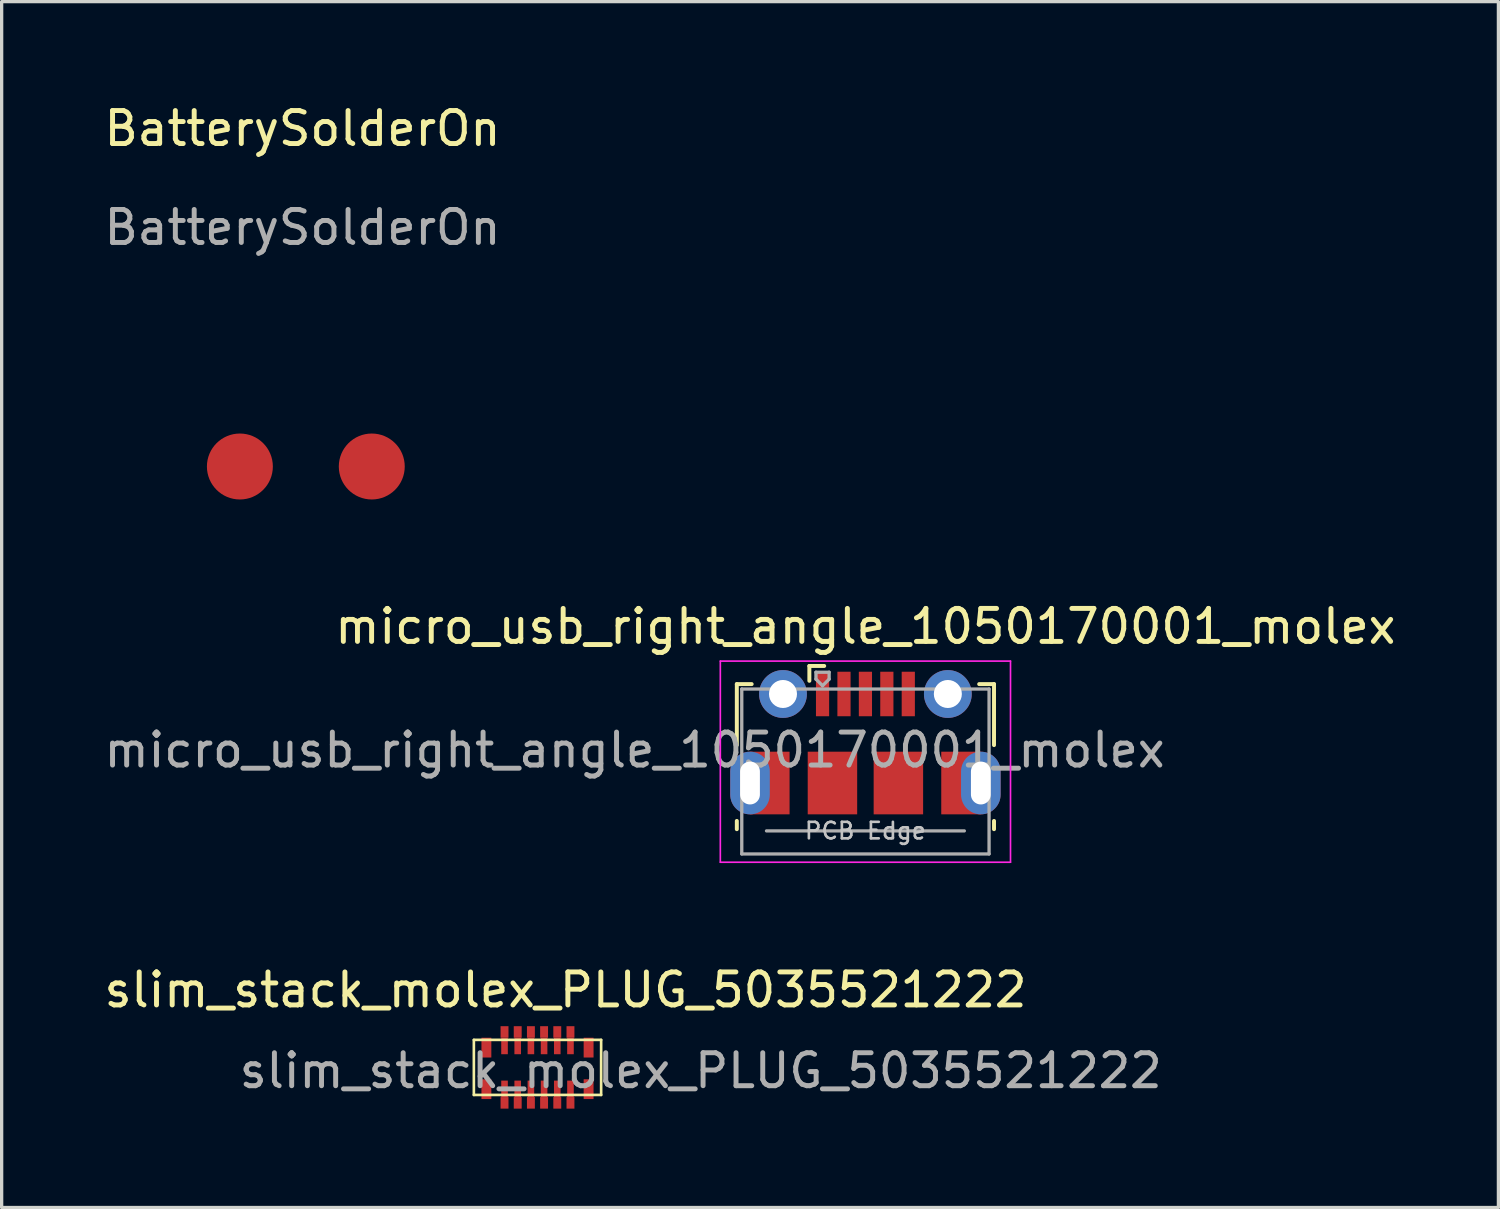
<source format=kicad_pcb>
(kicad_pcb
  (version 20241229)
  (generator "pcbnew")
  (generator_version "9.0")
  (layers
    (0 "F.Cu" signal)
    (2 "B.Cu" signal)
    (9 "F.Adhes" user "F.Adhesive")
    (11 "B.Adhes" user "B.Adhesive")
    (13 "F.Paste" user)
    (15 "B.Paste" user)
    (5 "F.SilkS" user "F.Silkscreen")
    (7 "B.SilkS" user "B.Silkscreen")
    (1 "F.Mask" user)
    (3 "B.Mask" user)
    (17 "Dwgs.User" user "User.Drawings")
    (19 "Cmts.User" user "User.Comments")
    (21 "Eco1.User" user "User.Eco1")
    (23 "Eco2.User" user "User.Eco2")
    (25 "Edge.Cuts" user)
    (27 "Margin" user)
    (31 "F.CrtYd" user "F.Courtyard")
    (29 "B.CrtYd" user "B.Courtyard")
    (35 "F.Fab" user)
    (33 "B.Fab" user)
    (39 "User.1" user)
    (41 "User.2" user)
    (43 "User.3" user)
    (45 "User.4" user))
  (footprint "BatterySolderOn"
    (layer "F.Cu")
    (at 6.225 11.098)
    (property "Reference" "BatterySolderOn" (at -0.1 -10.25 0) (unlocked yes) (layer "F.SilkS") (effects (font (size 1 1) (thickness 0.15))))
    (attr smd)
    (fp_text user "${REFERENCE}" (at -0.1 -7.25 0) (unlocked yes) (layer "F.Fab") (effects (font (size 1 1) (thickness 0.15))))
    (pad "1" smd circle (at -2 0) (size 2 2) (layers "F.Cu" "F.Mask"))
    (pad "2" smd circle (at 2 0) (size 2 2) (layers "F.Cu" "F.Mask")))
  (footprint "micro_usb_right_angle_1050170001_molex"
    (layer "F.Cu")
    (at 23.196 19.697)
    (property "Reference" "micro_usb_right_angle_1050170001_molex" (at 0 -3.75 0) (unlocked yes) (layer "F.SilkS") (effects (font (size 1 1) (thickness 0.15))))
    (attr smd)
    (fp_line (start -3.9 -2) (end -3.45 -2) (stroke (width 0.12) (type solid)) (layer "F.SilkS"))
    (fp_line (start -3.9 -0.15) (end -3.9 -2) (stroke (width 0.12) (type solid)) (layer "F.SilkS"))
    (fp_line (start -3.9 2.4) (end -3.9 2.15) (stroke (width 0.12) (type solid)) (layer "F.SilkS"))
    (fp_line (start -1.7 -2.55) (end -1.7 -2.1) (stroke (width 0.12) (type solid)) (layer "F.SilkS"))
    (fp_line (start -1.7 -2.55) (end -1.25 -2.55) (stroke (width 0.12) (type solid)) (layer "F.SilkS"))
    (fp_line (start 3.9 -2) (end 3.45 -2) (stroke (width 0.12) (type solid)) (layer "F.SilkS"))
    (fp_line (start 3.9 -0.15) (end 3.9 -2) (stroke (width 0.12) (type solid)) (layer "F.SilkS"))
    (fp_line (start 3.9 2.4) (end 3.9 2.15) (stroke (width 0.12) (type solid)) (layer "F.SilkS"))
    (fp_line (start -4.4 -2.697) (end 4.4 -2.697) (stroke (width 0.05) (type solid)) (layer "F.CrtYd"))
    (fp_line (start -4.4 3.402) (end -4.4 -2.697) (stroke (width 0.05) (type solid)) (layer "F.CrtYd"))
    (fp_line (start -4.4 3.402) (end 4.4 3.402) (stroke (width 0.05) (type solid)) (layer "F.CrtYd"))
    (fp_line (start 4.4 -2.697) (end 4.4 3.402) (stroke (width 0.05) (type solid)) (layer "F.CrtYd"))
    (fp_line (start -3.75 -1.85) (end 3.75 -1.85) (stroke (width 0.1) (type solid)) (layer "F.Fab"))
    (fp_line (start -3.75 3.15) (end -3.75 -1.85) (stroke (width 0.1) (type solid)) (layer "F.Fab"))
    (fp_line (start -3.75 3.152) (end 3.75 3.152) (stroke (width 0.1) (type solid)) (layer "F.Fab"))
    (fp_line (start -3 2.452) (end 3 2.452) (stroke (width 0.1) (type solid)) (layer "F.Fab"))
    (fp_line (start -1.5 -2.36) (end -1.5 -2.15) (stroke (width 0.1) (type solid)) (layer "F.Fab"))
    (fp_line (start -1.5 -2.36) (end -1.1 -2.36) (stroke (width 0.1) (type solid)) (layer "F.Fab"))
    (fp_line (start -1.3 -1.95) (end -1.5 -2.15) (stroke (width 0.1) (type solid)) (layer "F.Fab"))
    (fp_line (start -1.1 -2.36) (end -1.1 -2.15) (stroke (width 0.1) (type solid)) (layer "F.Fab"))
    (fp_line (start -1.1 -2.15) (end -1.3 -1.95) (stroke (width 0.1) (type solid)) (layer "F.Fab"))
    (fp_line (start 3.75 3.15) (end 3.75 -1.85) (stroke (width 0.1) (type solid)) (layer "F.Fab"))
    (fp_text user "PCB Edge" (at 0 2.45 0) (layer "Dwgs.User") (effects (font (size 0.5 0.5) (thickness 0.08))))
    (fp_text user "${REFERENCE}" (at -7 0 0) (unlocked yes) (layer "F.Fab") (effects (font (size 1 1) (thickness 0.15))))
    (pad "1" smd rect (at -1.3 -1.7) (size 0.4 1.35) (layers "F.Cu" "F.Mask" "F.Paste"))
    (pad "2" smd rect (at -0.65 -1.7) (size 0.4 1.35) (layers "F.Cu" "F.Mask" "F.Paste"))
    (pad "3" smd rect (at 0 -1.7) (size 0.4 1.35) (layers "F.Cu" "F.Mask" "F.Paste"))
    (pad "4" smd rect (at 0.65 -1.7) (size 0.4 1.35) (layers "F.Cu" "F.Mask" "F.Paste"))
    (pad "5" smd rect (at 1.3 -1.7) (size 0.4 1.35) (layers "F.Cu" "F.Mask" "F.Paste"))
    (pad "6" thru_hole oval (at -3.5 1 180) (size 1.2 1.9) (drill oval 0.6 1.3) (layers "*.Cu" "*.Mask"))
    (pad "6" smd rect (at -2.9 1) (size 1.2 1.9) (layers "F.Cu" "F.Mask"))
    (pad "6" thru_hole circle (at -2.5 -1.7) (size 1.45 1.45) (drill 0.85) (layers "*.Cu" "*.Mask"))
    (pad "6" smd rect (at -1 1) (size 1.5 1.9) (layers "F.Cu" "F.Mask" "F.Paste"))
    (pad "6" smd rect (at 1 1) (size 1.5 1.9) (layers "F.Cu" "F.Mask" "F.Paste"))
    (pad "6" thru_hole circle (at 2.5 -1.7) (size 1.45 1.45) (drill 0.85) (layers "*.Cu" "*.Mask"))
    (pad "6" smd rect (at 2.9 1) (size 1.2 1.9) (layers "F.Cu" "F.Mask"))
    (pad "6" thru_hole oval (at 3.5 1) (size 1.2 1.9) (drill oval 0.6 1.3) (layers "*.Cu" "*.Mask")))
  (footprint "slim_stack_molex_PLUG_5035521222"
    (layer "F.Cu")
    (at 13.251 29.322)
    (property "Reference" "slim_stack_molex_PLUG_5035521222" (at 0.85 -2.35 0) (unlocked yes) (layer "F.SilkS") (effects (font (size 1 1) (thickness 0.15))))
    (attr smd)
    (fp_line (start -1.93 -0.835) (end -1.93 0.835) (stroke (width 0.08) (type solid)) (layer "F.SilkS"))
    (fp_line (start -1.93 0.835) (end 1.93 0.835) (stroke (width 0.08) (type solid)) (layer "F.SilkS"))
    (fp_line (start 1.93 -0.835) (end -1.93 -0.835) (stroke (width 0.08) (type solid)) (layer "F.SilkS"))
    (fp_line (start 1.93 0.835) (end 1.93 -0.835) (stroke (width 0.08) (type solid)) (layer "F.SilkS"))
    (fp_text user "${REFERENCE}" (at 4.95 0.1 0) (unlocked yes) (layer "F.Fab") (effects (font (size 1 1) (thickness 0.15))))
    (pad "1" smd rect (at -1 -0.9) (size 0.2 0.5) (drill (offset 0 0.25)) (layers "F.Cu" "F.Mask" "F.Paste"))
    (pad "1" smd rect (at -1 -0.9) (size 0.24 0.35) (drill (offset 0 -0.175)) (layers "F.Cu" "F.Mask" "F.Paste"))
    (pad "2" smd rect (at -0.6 -0.9) (size 0.2 0.5) (drill (offset 0 0.25)) (layers "F.Cu" "F.Mask" "F.Paste"))
    (pad "2" smd rect (at -0.6 -0.9) (size 0.24 0.35) (drill (offset 0 -0.175)) (layers "F.Cu" "F.Mask" "F.Paste"))
    (pad "3" smd rect (at -0.2 -0.9) (size 0.2 0.5) (drill (offset 0 0.25)) (layers "F.Cu" "F.Mask" "F.Paste"))
    (pad "3" smd rect (at -0.2 -0.9) (size 0.24 0.35) (drill (offset 0 -0.175)) (layers "F.Cu" "F.Mask" "F.Paste"))
    (pad "4" smd rect (at 0.2 -0.9) (size 0.2 0.5) (drill (offset 0 0.25)) (layers "F.Cu" "F.Mask" "F.Paste"))
    (pad "4" smd rect (at 0.2 -0.9) (size 0.24 0.35) (drill (offset 0 -0.175)) (layers "F.Cu" "F.Mask" "F.Paste"))
    (pad "5" smd rect (at 0.6 -0.9) (size 0.2 0.5) (drill (offset 0 0.25)) (layers "F.Cu" "F.Mask" "F.Paste"))
    (pad "5" smd rect (at 0.6 -0.9) (size 0.24 0.35) (drill (offset 0 -0.175)) (layers "F.Cu" "F.Mask" "F.Paste"))
    (pad "6" smd rect (at 1 -0.9) (size 0.2 0.5) (drill (offset 0 0.25)) (layers "F.Cu" "F.Mask" "F.Paste"))
    (pad "6" smd rect (at 1 -0.9) (size 0.24 0.35) (drill (offset 0 -0.175)) (layers "F.Cu" "F.Mask" "F.Paste"))
    (pad "7" smd rect (at -1 0.9) (size 0.2 0.5) (drill (offset 0 -0.25)) (layers "F.Cu" "F.Mask" "F.Paste"))
    (pad "7" smd rect (at -1 0.9) (size 0.24 0.35) (drill (offset 0 0.175)) (layers "F.Cu" "F.Mask" "F.Paste"))
    (pad "8" smd rect (at -0.6 0.9) (size 0.2 0.5) (drill (offset 0 -0.25)) (layers "F.Cu" "F.Mask" "F.Paste"))
    (pad "8" smd rect (at -0.6 0.9) (size 0.24 0.35) (drill (offset 0 0.175)) (layers "F.Cu" "F.Mask" "F.Paste"))
    (pad "9" smd rect (at -0.2 0.9) (size 0.2 0.5) (drill (offset 0 -0.25)) (layers "F.Cu" "F.Mask" "F.Paste"))
    (pad "9" smd rect (at -0.2 0.9) (size 0.24 0.35) (drill (offset 0 0.175)) (layers "F.Cu" "F.Mask" "F.Paste"))
    (pad "10" smd rect (at 0.2 0.9) (size 0.2 0.5) (drill (offset 0 -0.25)) (layers "F.Cu" "F.Mask" "F.Paste"))
    (pad "10" smd rect (at 0.2 0.9) (size 0.24 0.35) (drill (offset 0 0.175)) (layers "F.Cu" "F.Mask" "F.Paste"))
    (pad "11" smd rect (at 0.6 0.9) (size 0.2 0.5) (drill (offset 0 -0.25)) (layers "F.Cu" "F.Mask" "F.Paste"))
    (pad "11" smd rect (at 0.6 0.9) (size 0.24 0.35) (drill (offset 0 0.175)) (layers "F.Cu" "F.Mask" "F.Paste"))
    (pad "12" smd rect (at 1 0.9) (size 0.2 0.5) (drill (offset 0 -0.25)) (layers "F.Cu" "F.Mask" "F.Paste"))
    (pad "12" smd rect (at 1 0.9) (size 0.24 0.35) (drill (offset 0 0.175)) (layers "F.Cu" "F.Mask" "F.Paste"))
    (pad "15" smd rect (at -1.4 -0.39) (size 0.3 0.6) (drill (offset -0.15 -0.21)) (layers "F.Cu" "F.Mask" "F.Paste"))
    (pad "15" smd rect (at 1.7 -0.39) (size 0.3 0.6) (drill (offset -0.15 -0.21)) (layers "F.Cu" "F.Mask" "F.Paste"))
    (pad "16" smd rect (at -1.4 0.45) (size 0.3 0.6) (drill (offset -0.15 0.21)) (layers "F.Cu" "F.Mask" "F.Paste"))
    (pad "16" smd rect (at 1.7 0.45) (size 0.3 0.6) (drill (offset -0.15 0.21)) (layers "F.Cu" "F.Mask" "F.Paste")))
  (gr_rect
    (start -3 -3)
    (end 42.393 33.572)
    (stroke (width 0.1) (type default))
    (fill no)
    (layer "Edge.Cuts")))
</source>
